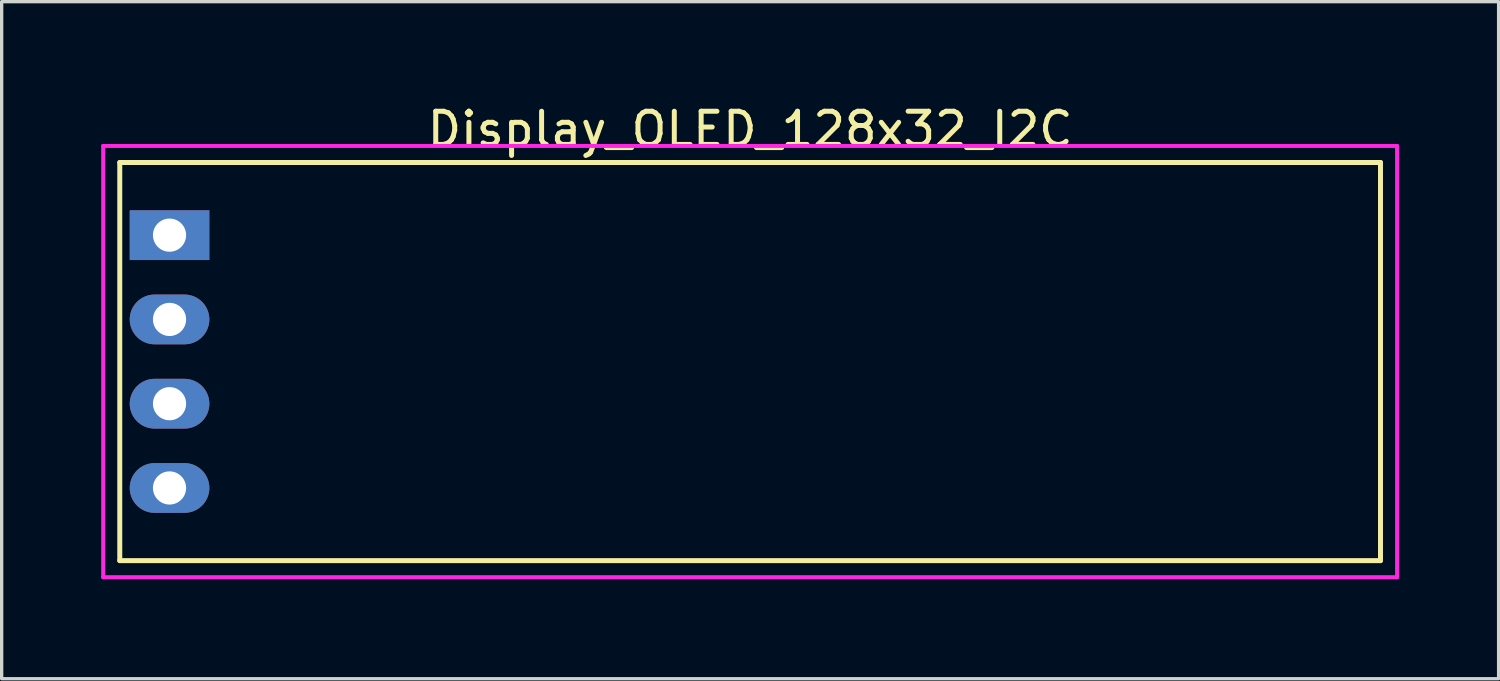
<source format=kicad_pcb>
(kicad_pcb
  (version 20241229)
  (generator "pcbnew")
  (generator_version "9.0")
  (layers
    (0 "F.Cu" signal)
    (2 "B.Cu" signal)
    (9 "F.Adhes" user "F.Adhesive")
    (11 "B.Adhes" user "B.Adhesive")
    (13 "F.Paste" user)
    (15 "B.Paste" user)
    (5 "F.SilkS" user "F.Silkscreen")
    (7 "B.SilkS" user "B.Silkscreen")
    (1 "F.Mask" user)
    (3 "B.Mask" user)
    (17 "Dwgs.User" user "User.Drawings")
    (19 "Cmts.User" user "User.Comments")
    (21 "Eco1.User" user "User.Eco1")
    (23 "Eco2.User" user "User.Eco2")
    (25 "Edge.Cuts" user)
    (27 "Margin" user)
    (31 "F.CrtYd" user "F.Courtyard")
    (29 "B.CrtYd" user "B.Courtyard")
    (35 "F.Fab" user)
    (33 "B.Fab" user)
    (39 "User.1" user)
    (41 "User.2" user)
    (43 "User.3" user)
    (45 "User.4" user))
  (footprint "Display_OLED_128x32_I2C"
    (layer "F.Cu")
    (at 19.56 7.848)
    (property "Reference" "Display_OLED_128x32_I2C" (at 0 -7 0) (layer "F.SilkS") (effects (font (size 1 1) (thickness 0.15))))
    (attr through_hole)
    (fp_line (start -19 -6) (end 19 -6) (stroke (width 0.15) (type solid)) (layer "F.SilkS"))
    (fp_line (start -19 6) (end -19 -6) (stroke (width 0.15) (type solid)) (layer "F.SilkS"))
    (fp_line (start 19 -6) (end 19 6) (stroke (width 0.15) (type solid)) (layer "F.SilkS"))
    (fp_line (start 19 6) (end -19 6) (stroke (width 0.15) (type solid)) (layer "F.SilkS"))
    (fp_line (start -19.5 -6.5) (end 19.5 -6.5) (stroke (width 0.12) (type solid)) (layer "F.CrtYd"))
    (fp_line (start -19.5 6.5) (end -19.5 -6.5) (stroke (width 0.12) (type solid)) (layer "F.CrtYd"))
    (fp_line (start 19.5 -6.5) (end 19.5 6.5) (stroke (width 0.12) (type solid)) (layer "F.CrtYd"))
    (fp_line (start 19.5 6.5) (end -19.5 6.5) (stroke (width 0.12) (type solid)) (layer "F.CrtYd"))
    (pad "1" thru_hole rect (at -17.5 -3.81 270) (size 1.5 2.4) (drill 1) (layers "*.Cu" "*.Mask"))
    (pad "2" thru_hole oval (at -17.5 -1.27 270) (size 1.5 2.4) (drill 1) (layers "*.Cu" "*.Mask"))
    (pad "3" thru_hole oval (at -17.5 1.27 270) (size 1.5 2.4) (drill 1) (layers "*.Cu" "*.Mask"))
    (pad "4" thru_hole oval (at -17.5 3.81 270) (size 1.5 2.4) (drill 1) (layers "*.Cu" "*.Mask")))
  (gr_rect
    (start -3 -3)
    (end 42.12 17.408)
    (stroke (width 0.1) (type default))
    (fill no)
    (layer "Edge.Cuts")))
</source>
